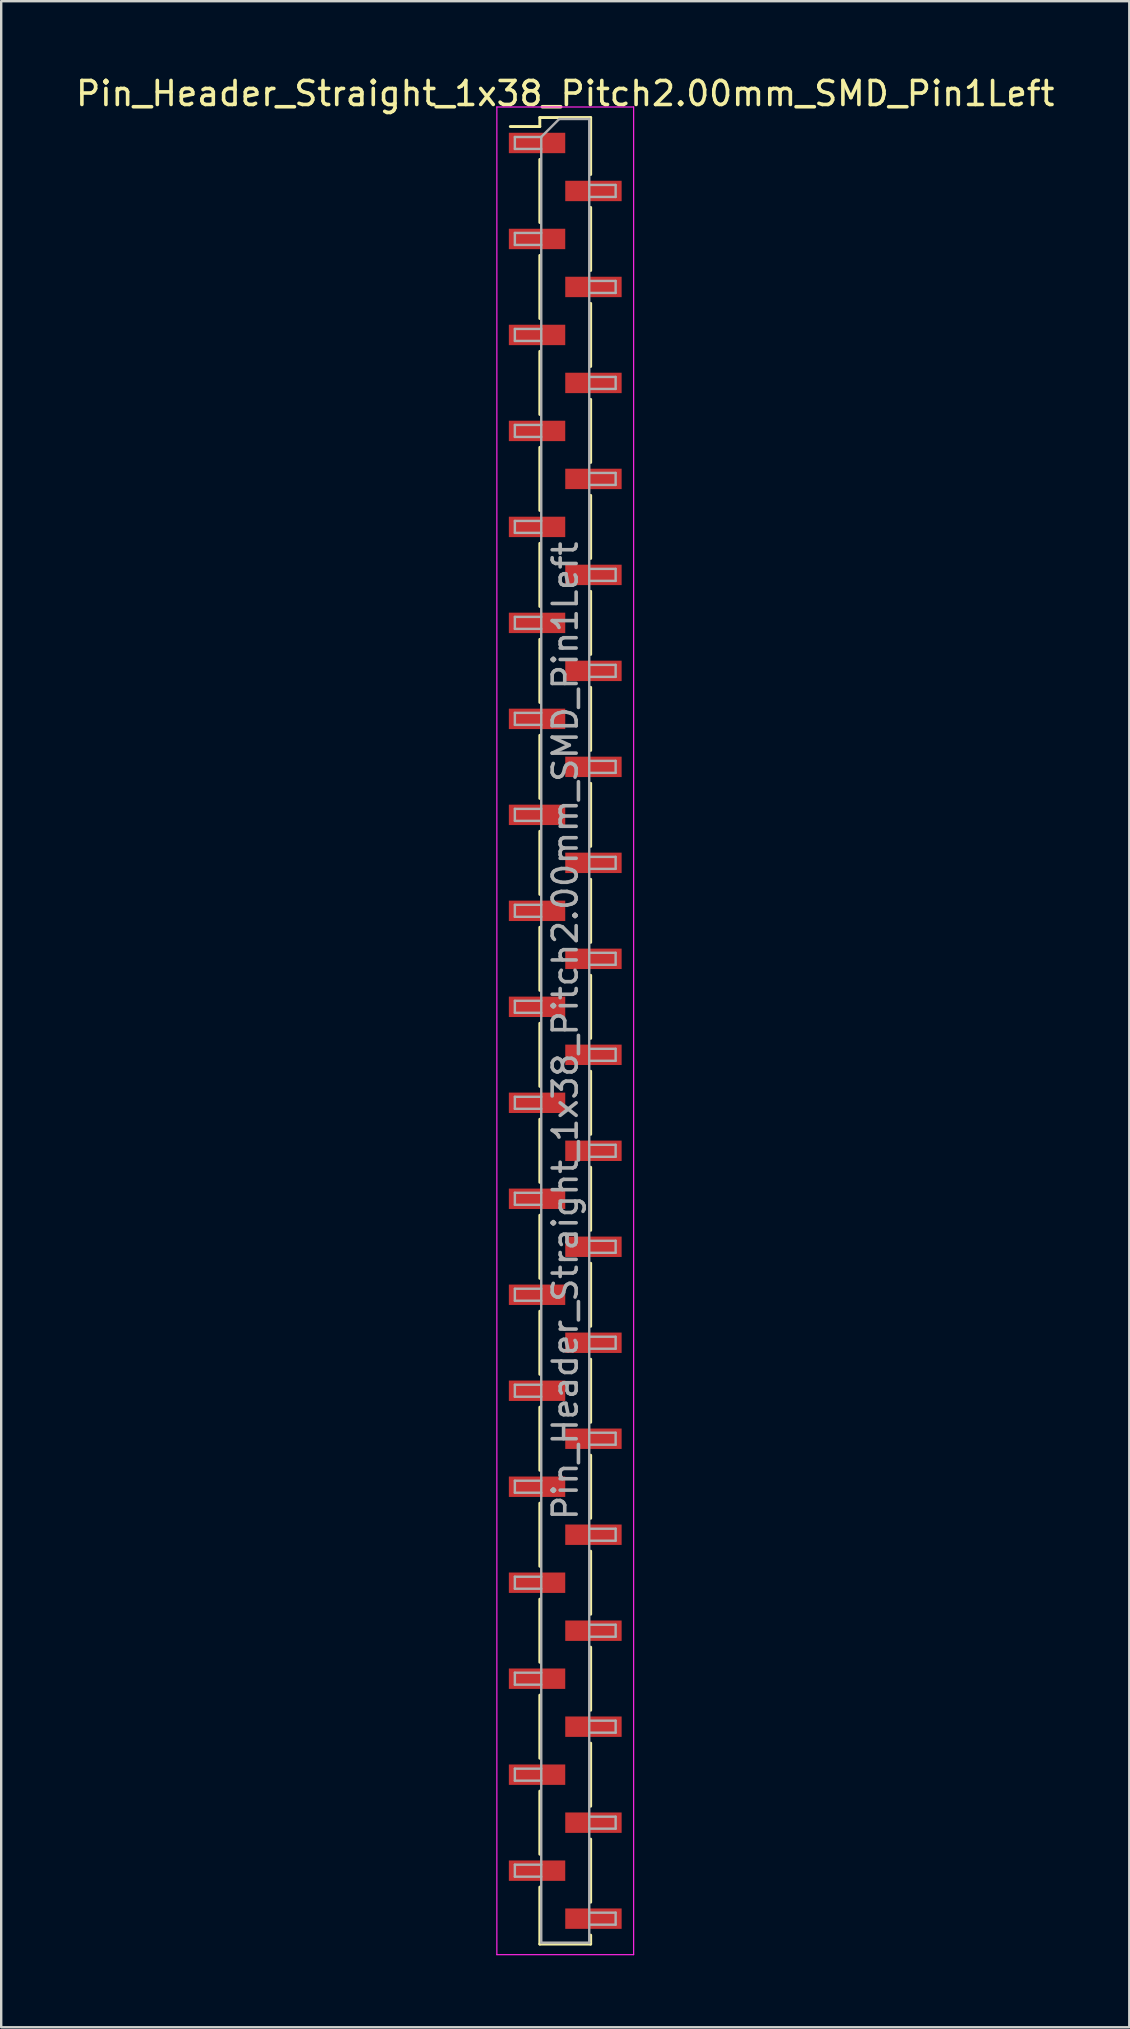
<source format=kicad_pcb>
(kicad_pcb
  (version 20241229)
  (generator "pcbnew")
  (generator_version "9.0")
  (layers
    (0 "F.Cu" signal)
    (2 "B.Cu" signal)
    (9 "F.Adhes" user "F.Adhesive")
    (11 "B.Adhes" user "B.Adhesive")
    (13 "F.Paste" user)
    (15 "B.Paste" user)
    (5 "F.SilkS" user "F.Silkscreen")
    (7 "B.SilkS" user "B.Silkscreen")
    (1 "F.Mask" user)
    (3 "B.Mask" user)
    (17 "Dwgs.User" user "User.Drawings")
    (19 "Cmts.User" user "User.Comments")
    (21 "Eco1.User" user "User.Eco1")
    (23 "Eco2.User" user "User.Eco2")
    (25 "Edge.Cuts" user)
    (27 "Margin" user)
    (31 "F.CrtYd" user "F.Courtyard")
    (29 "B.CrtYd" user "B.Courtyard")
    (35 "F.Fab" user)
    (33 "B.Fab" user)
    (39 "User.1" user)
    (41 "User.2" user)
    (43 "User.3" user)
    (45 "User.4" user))
  (footprint "Pin_Header_Straight_1x38_Pitch2.00mm_SMD_Pin1Left"
    (layer "F.Cu")
    (at 20.506 39.908)
    (property "Reference" "Pin_Header_Straight_1x38_Pitch2.00mm_SMD_Pin1Left" (at 0 -39.06 0) (layer "F.SilkS") (effects (font (size 1 1) (thickness 0.15))))
    (attr smd)
    (fp_line (start -1.06 -38.06) (end -1.06 -37.685) (stroke (width 0.12) (type solid)) (layer "F.SilkS"))
    (fp_line (start -1.06 -38.06) (end 1.06 -38.06) (stroke (width 0.12) (type solid)) (layer "F.SilkS"))
    (fp_line (start -1.06 -37.685) (end -2.29 -37.685) (stroke (width 0.12) (type solid)) (layer "F.SilkS"))
    (fp_line (start -1.06 -36.315) (end -1.06 -33.685) (stroke (width 0.12) (type solid)) (layer "F.SilkS"))
    (fp_line (start -1.06 -32.315) (end -1.06 -29.685) (stroke (width 0.12) (type solid)) (layer "F.SilkS"))
    (fp_line (start -1.06 -28.315) (end -1.06 -25.685) (stroke (width 0.12) (type solid)) (layer "F.SilkS"))
    (fp_line (start -1.06 -24.315) (end -1.06 -21.685) (stroke (width 0.12) (type solid)) (layer "F.SilkS"))
    (fp_line (start -1.06 -20.315) (end -1.06 -17.685) (stroke (width 0.12) (type solid)) (layer "F.SilkS"))
    (fp_line (start -1.06 -16.315) (end -1.06 -13.685) (stroke (width 0.12) (type solid)) (layer "F.SilkS"))
    (fp_line (start -1.06 -12.315) (end -1.06 -9.685) (stroke (width 0.12) (type solid)) (layer "F.SilkS"))
    (fp_line (start -1.06 -8.315) (end -1.06 -5.685) (stroke (width 0.12) (type solid)) (layer "F.SilkS"))
    (fp_line (start -1.06 -4.315) (end -1.06 -1.685) (stroke (width 0.12) (type solid)) (layer "F.SilkS"))
    (fp_line (start -1.06 -0.315) (end -1.06 2.315) (stroke (width 0.12) (type solid)) (layer "F.SilkS"))
    (fp_line (start -1.06 3.685) (end -1.06 6.315) (stroke (width 0.12) (type solid)) (layer "F.SilkS"))
    (fp_line (start -1.06 7.685) (end -1.06 10.315) (stroke (width 0.12) (type solid)) (layer "F.SilkS"))
    (fp_line (start -1.06 11.685) (end -1.06 14.315) (stroke (width 0.12) (type solid)) (layer "F.SilkS"))
    (fp_line (start -1.06 15.685) (end -1.06 18.315) (stroke (width 0.12) (type solid)) (layer "F.SilkS"))
    (fp_line (start -1.06 19.685) (end -1.06 22.315) (stroke (width 0.12) (type solid)) (layer "F.SilkS"))
    (fp_line (start -1.06 23.685) (end -1.06 26.315) (stroke (width 0.12) (type solid)) (layer "F.SilkS"))
    (fp_line (start -1.06 27.685) (end -1.06 30.315) (stroke (width 0.12) (type solid)) (layer "F.SilkS"))
    (fp_line (start -1.06 31.685) (end -1.06 34.315) (stroke (width 0.12) (type solid)) (layer "F.SilkS"))
    (fp_line (start -1.06 35.685) (end -1.06 38.06) (stroke (width 0.12) (type solid)) (layer "F.SilkS"))
    (fp_line (start -1.06 38.06) (end 1.06 38.06) (stroke (width 0.12) (type solid)) (layer "F.SilkS"))
    (fp_line (start 1.06 -38.06) (end 1.06 -35.685) (stroke (width 0.12) (type solid)) (layer "F.SilkS"))
    (fp_line (start 1.06 -34.315) (end 1.06 -31.685) (stroke (width 0.12) (type solid)) (layer "F.SilkS"))
    (fp_line (start 1.06 -30.315) (end 1.06 -27.685) (stroke (width 0.12) (type solid)) (layer "F.SilkS"))
    (fp_line (start 1.06 -26.315) (end 1.06 -23.685) (stroke (width 0.12) (type solid)) (layer "F.SilkS"))
    (fp_line (start 1.06 -22.315) (end 1.06 -19.685) (stroke (width 0.12) (type solid)) (layer "F.SilkS"))
    (fp_line (start 1.06 -18.315) (end 1.06 -15.685) (stroke (width 0.12) (type solid)) (layer "F.SilkS"))
    (fp_line (start 1.06 -14.315) (end 1.06 -11.685) (stroke (width 0.12) (type solid)) (layer "F.SilkS"))
    (fp_line (start 1.06 -10.315) (end 1.06 -7.685) (stroke (width 0.12) (type solid)) (layer "F.SilkS"))
    (fp_line (start 1.06 -6.315) (end 1.06 -3.685) (stroke (width 0.12) (type solid)) (layer "F.SilkS"))
    (fp_line (start 1.06 -2.315) (end 1.06 0.315) (stroke (width 0.12) (type solid)) (layer "F.SilkS"))
    (fp_line (start 1.06 1.685) (end 1.06 4.315) (stroke (width 0.12) (type solid)) (layer "F.SilkS"))
    (fp_line (start 1.06 5.685) (end 1.06 8.315) (stroke (width 0.12) (type solid)) (layer "F.SilkS"))
    (fp_line (start 1.06 9.685) (end 1.06 12.315) (stroke (width 0.12) (type solid)) (layer "F.SilkS"))
    (fp_line (start 1.06 13.685) (end 1.06 16.315) (stroke (width 0.12) (type solid)) (layer "F.SilkS"))
    (fp_line (start 1.06 17.685) (end 1.06 20.315) (stroke (width 0.12) (type solid)) (layer "F.SilkS"))
    (fp_line (start 1.06 21.685) (end 1.06 24.315) (stroke (width 0.12) (type solid)) (layer "F.SilkS"))
    (fp_line (start 1.06 25.685) (end 1.06 28.315) (stroke (width 0.12) (type solid)) (layer "F.SilkS"))
    (fp_line (start 1.06 29.685) (end 1.06 32.315) (stroke (width 0.12) (type solid)) (layer "F.SilkS"))
    (fp_line (start 1.06 33.685) (end 1.06 36.315) (stroke (width 0.12) (type solid)) (layer "F.SilkS"))
    (fp_line (start 1.06 37.685) (end 1.06 38.06) (stroke (width 0.12) (type solid)) (layer "F.SilkS"))
    (fp_line (start -2.85 -38.5) (end -2.85 38.5) (stroke (width 0.05) (type solid)) (layer "F.CrtYd"))
    (fp_line (start -2.85 38.5) (end 2.85 38.5) (stroke (width 0.05) (type solid)) (layer "F.CrtYd"))
    (fp_line (start 2.85 -38.5) (end -2.85 -38.5) (stroke (width 0.05) (type solid)) (layer "F.CrtYd"))
    (fp_line (start 2.85 38.5) (end 2.85 -38.5) (stroke (width 0.05) (type solid)) (layer "F.CrtYd"))
    (fp_line (start -2.1 -37.25) (end -2.1 -36.75) (stroke (width 0.1) (type solid)) (layer "F.Fab"))
    (fp_line (start -2.1 -36.75) (end -1 -36.75) (stroke (width 0.1) (type solid)) (layer "F.Fab"))
    (fp_line (start -2.1 -33.25) (end -2.1 -32.75) (stroke (width 0.1) (type solid)) (layer "F.Fab"))
    (fp_line (start -2.1 -32.75) (end -1 -32.75) (stroke (width 0.1) (type solid)) (layer "F.Fab"))
    (fp_line (start -2.1 -29.25) (end -2.1 -28.75) (stroke (width 0.1) (type solid)) (layer "F.Fab"))
    (fp_line (start -2.1 -28.75) (end -1 -28.75) (stroke (width 0.1) (type solid)) (layer "F.Fab"))
    (fp_line (start -2.1 -25.25) (end -2.1 -24.75) (stroke (width 0.1) (type solid)) (layer "F.Fab"))
    (fp_line (start -2.1 -24.75) (end -1 -24.75) (stroke (width 0.1) (type solid)) (layer "F.Fab"))
    (fp_line (start -2.1 -21.25) (end -2.1 -20.75) (stroke (width 0.1) (type solid)) (layer "F.Fab"))
    (fp_line (start -2.1 -20.75) (end -1 -20.75) (stroke (width 0.1) (type solid)) (layer "F.Fab"))
    (fp_line (start -2.1 -17.25) (end -2.1 -16.75) (stroke (width 0.1) (type solid)) (layer "F.Fab"))
    (fp_line (start -2.1 -16.75) (end -1 -16.75) (stroke (width 0.1) (type solid)) (layer "F.Fab"))
    (fp_line (start -2.1 -13.25) (end -2.1 -12.75) (stroke (width 0.1) (type solid)) (layer "F.Fab"))
    (fp_line (start -2.1 -12.75) (end -1 -12.75) (stroke (width 0.1) (type solid)) (layer "F.Fab"))
    (fp_line (start -2.1 -9.25) (end -2.1 -8.75) (stroke (width 0.1) (type solid)) (layer "F.Fab"))
    (fp_line (start -2.1 -8.75) (end -1 -8.75) (stroke (width 0.1) (type solid)) (layer "F.Fab"))
    (fp_line (start -2.1 -5.25) (end -2.1 -4.75) (stroke (width 0.1) (type solid)) (layer "F.Fab"))
    (fp_line (start -2.1 -4.75) (end -1 -4.75) (stroke (width 0.1) (type solid)) (layer "F.Fab"))
    (fp_line (start -2.1 -1.25) (end -2.1 -0.75) (stroke (width 0.1) (type solid)) (layer "F.Fab"))
    (fp_line (start -2.1 -0.75) (end -1 -0.75) (stroke (width 0.1) (type solid)) (layer "F.Fab"))
    (fp_line (start -2.1 2.75) (end -2.1 3.25) (stroke (width 0.1) (type solid)) (layer "F.Fab"))
    (fp_line (start -2.1 3.25) (end -1 3.25) (stroke (width 0.1) (type solid)) (layer "F.Fab"))
    (fp_line (start -2.1 6.75) (end -2.1 7.25) (stroke (width 0.1) (type solid)) (layer "F.Fab"))
    (fp_line (start -2.1 7.25) (end -1 7.25) (stroke (width 0.1) (type solid)) (layer "F.Fab"))
    (fp_line (start -2.1 10.75) (end -2.1 11.25) (stroke (width 0.1) (type solid)) (layer "F.Fab"))
    (fp_line (start -2.1 11.25) (end -1 11.25) (stroke (width 0.1) (type solid)) (layer "F.Fab"))
    (fp_line (start -2.1 14.75) (end -2.1 15.25) (stroke (width 0.1) (type solid)) (layer "F.Fab"))
    (fp_line (start -2.1 15.25) (end -1 15.25) (stroke (width 0.1) (type solid)) (layer "F.Fab"))
    (fp_line (start -2.1 18.75) (end -2.1 19.25) (stroke (width 0.1) (type solid)) (layer "F.Fab"))
    (fp_line (start -2.1 19.25) (end -1 19.25) (stroke (width 0.1) (type solid)) (layer "F.Fab"))
    (fp_line (start -2.1 22.75) (end -2.1 23.25) (stroke (width 0.1) (type solid)) (layer "F.Fab"))
    (fp_line (start -2.1 23.25) (end -1 23.25) (stroke (width 0.1) (type solid)) (layer "F.Fab"))
    (fp_line (start -2.1 26.75) (end -2.1 27.25) (stroke (width 0.1) (type solid)) (layer "F.Fab"))
    (fp_line (start -2.1 27.25) (end -1 27.25) (stroke (width 0.1) (type solid)) (layer "F.Fab"))
    (fp_line (start -2.1 30.75) (end -2.1 31.25) (stroke (width 0.1) (type solid)) (layer "F.Fab"))
    (fp_line (start -2.1 31.25) (end -1 31.25) (stroke (width 0.1) (type solid)) (layer "F.Fab"))
    (fp_line (start -2.1 34.75) (end -2.1 35.25) (stroke (width 0.1) (type solid)) (layer "F.Fab"))
    (fp_line (start -2.1 35.25) (end -1 35.25) (stroke (width 0.1) (type solid)) (layer "F.Fab"))
    (fp_line (start -1 -37.25) (end -2.1 -37.25) (stroke (width 0.1) (type solid)) (layer "F.Fab"))
    (fp_line (start -1 -37.25) (end -0.25 -38) (stroke (width 0.1) (type solid)) (layer "F.Fab"))
    (fp_line (start -1 -33.25) (end -2.1 -33.25) (stroke (width 0.1) (type solid)) (layer "F.Fab"))
    (fp_line (start -1 -29.25) (end -2.1 -29.25) (stroke (width 0.1) (type solid)) (layer "F.Fab"))
    (fp_line (start -1 -25.25) (end -2.1 -25.25) (stroke (width 0.1) (type solid)) (layer "F.Fab"))
    (fp_line (start -1 -21.25) (end -2.1 -21.25) (stroke (width 0.1) (type solid)) (layer "F.Fab"))
    (fp_line (start -1 -17.25) (end -2.1 -17.25) (stroke (width 0.1) (type solid)) (layer "F.Fab"))
    (fp_line (start -1 -13.25) (end -2.1 -13.25) (stroke (width 0.1) (type solid)) (layer "F.Fab"))
    (fp_line (start -1 -9.25) (end -2.1 -9.25) (stroke (width 0.1) (type solid)) (layer "F.Fab"))
    (fp_line (start -1 -5.25) (end -2.1 -5.25) (stroke (width 0.1) (type solid)) (layer "F.Fab"))
    (fp_line (start -1 -1.25) (end -2.1 -1.25) (stroke (width 0.1) (type solid)) (layer "F.Fab"))
    (fp_line (start -1 2.75) (end -2.1 2.75) (stroke (width 0.1) (type solid)) (layer "F.Fab"))
    (fp_line (start -1 6.75) (end -2.1 6.75) (stroke (width 0.1) (type solid)) (layer "F.Fab"))
    (fp_line (start -1 10.75) (end -2.1 10.75) (stroke (width 0.1) (type solid)) (layer "F.Fab"))
    (fp_line (start -1 14.75) (end -2.1 14.75) (stroke (width 0.1) (type solid)) (layer "F.Fab"))
    (fp_line (start -1 18.75) (end -2.1 18.75) (stroke (width 0.1) (type solid)) (layer "F.Fab"))
    (fp_line (start -1 22.75) (end -2.1 22.75) (stroke (width 0.1) (type solid)) (layer "F.Fab"))
    (fp_line (start -1 26.75) (end -2.1 26.75) (stroke (width 0.1) (type solid)) (layer "F.Fab"))
    (fp_line (start -1 30.75) (end -2.1 30.75) (stroke (width 0.1) (type solid)) (layer "F.Fab"))
    (fp_line (start -1 34.75) (end -2.1 34.75) (stroke (width 0.1) (type solid)) (layer "F.Fab"))
    (fp_line (start -1 38) (end -1 -37.25) (stroke (width 0.1) (type solid)) (layer "F.Fab"))
    (fp_line (start -0.25 -38) (end 1 -38) (stroke (width 0.1) (type solid)) (layer "F.Fab"))
    (fp_line (start 1 -38) (end 1 38) (stroke (width 0.1) (type solid)) (layer "F.Fab"))
    (fp_line (start 1 -35.25) (end 2.1 -35.25) (stroke (width 0.1) (type solid)) (layer "F.Fab"))
    (fp_line (start 1 -31.25) (end 2.1 -31.25) (stroke (width 0.1) (type solid)) (layer "F.Fab"))
    (fp_line (start 1 -27.25) (end 2.1 -27.25) (stroke (width 0.1) (type solid)) (layer "F.Fab"))
    (fp_line (start 1 -23.25) (end 2.1 -23.25) (stroke (width 0.1) (type solid)) (layer "F.Fab"))
    (fp_line (start 1 -19.25) (end 2.1 -19.25) (stroke (width 0.1) (type solid)) (layer "F.Fab"))
    (fp_line (start 1 -15.25) (end 2.1 -15.25) (stroke (width 0.1) (type solid)) (layer "F.Fab"))
    (fp_line (start 1 -11.25) (end 2.1 -11.25) (stroke (width 0.1) (type solid)) (layer "F.Fab"))
    (fp_line (start 1 -7.25) (end 2.1 -7.25) (stroke (width 0.1) (type solid)) (layer "F.Fab"))
    (fp_line (start 1 -3.25) (end 2.1 -3.25) (stroke (width 0.1) (type solid)) (layer "F.Fab"))
    (fp_line (start 1 0.75) (end 2.1 0.75) (stroke (width 0.1) (type solid)) (layer "F.Fab"))
    (fp_line (start 1 4.75) (end 2.1 4.75) (stroke (width 0.1) (type solid)) (layer "F.Fab"))
    (fp_line (start 1 8.75) (end 2.1 8.75) (stroke (width 0.1) (type solid)) (layer "F.Fab"))
    (fp_line (start 1 12.75) (end 2.1 12.75) (stroke (width 0.1) (type solid)) (layer "F.Fab"))
    (fp_line (start 1 16.75) (end 2.1 16.75) (stroke (width 0.1) (type solid)) (layer "F.Fab"))
    (fp_line (start 1 20.75) (end 2.1 20.75) (stroke (width 0.1) (type solid)) (layer "F.Fab"))
    (fp_line (start 1 24.75) (end 2.1 24.75) (stroke (width 0.1) (type solid)) (layer "F.Fab"))
    (fp_line (start 1 28.75) (end 2.1 28.75) (stroke (width 0.1) (type solid)) (layer "F.Fab"))
    (fp_line (start 1 32.75) (end 2.1 32.75) (stroke (width 0.1) (type solid)) (layer "F.Fab"))
    (fp_line (start 1 36.75) (end 2.1 36.75) (stroke (width 0.1) (type solid)) (layer "F.Fab"))
    (fp_line (start 1 38) (end -1 38) (stroke (width 0.1) (type solid)) (layer "F.Fab"))
    (fp_line (start 2.1 -35.25) (end 2.1 -34.75) (stroke (width 0.1) (type solid)) (layer "F.Fab"))
    (fp_line (start 2.1 -34.75) (end 1 -34.75) (stroke (width 0.1) (type solid)) (layer "F.Fab"))
    (fp_line (start 2.1 -31.25) (end 2.1 -30.75) (stroke (width 0.1) (type solid)) (layer "F.Fab"))
    (fp_line (start 2.1 -30.75) (end 1 -30.75) (stroke (width 0.1) (type solid)) (layer "F.Fab"))
    (fp_line (start 2.1 -27.25) (end 2.1 -26.75) (stroke (width 0.1) (type solid)) (layer "F.Fab"))
    (fp_line (start 2.1 -26.75) (end 1 -26.75) (stroke (width 0.1) (type solid)) (layer "F.Fab"))
    (fp_line (start 2.1 -23.25) (end 2.1 -22.75) (stroke (width 0.1) (type solid)) (layer "F.Fab"))
    (fp_line (start 2.1 -22.75) (end 1 -22.75) (stroke (width 0.1) (type solid)) (layer "F.Fab"))
    (fp_line (start 2.1 -19.25) (end 2.1 -18.75) (stroke (width 0.1) (type solid)) (layer "F.Fab"))
    (fp_line (start 2.1 -18.75) (end 1 -18.75) (stroke (width 0.1) (type solid)) (layer "F.Fab"))
    (fp_line (start 2.1 -15.25) (end 2.1 -14.75) (stroke (width 0.1) (type solid)) (layer "F.Fab"))
    (fp_line (start 2.1 -14.75) (end 1 -14.75) (stroke (width 0.1) (type solid)) (layer "F.Fab"))
    (fp_line (start 2.1 -11.25) (end 2.1 -10.75) (stroke (width 0.1) (type solid)) (layer "F.Fab"))
    (fp_line (start 2.1 -10.75) (end 1 -10.75) (stroke (width 0.1) (type solid)) (layer "F.Fab"))
    (fp_line (start 2.1 -7.25) (end 2.1 -6.75) (stroke (width 0.1) (type solid)) (layer "F.Fab"))
    (fp_line (start 2.1 -6.75) (end 1 -6.75) (stroke (width 0.1) (type solid)) (layer "F.Fab"))
    (fp_line (start 2.1 -3.25) (end 2.1 -2.75) (stroke (width 0.1) (type solid)) (layer "F.Fab"))
    (fp_line (start 2.1 -2.75) (end 1 -2.75) (stroke (width 0.1) (type solid)) (layer "F.Fab"))
    (fp_line (start 2.1 0.75) (end 2.1 1.25) (stroke (width 0.1) (type solid)) (layer "F.Fab"))
    (fp_line (start 2.1 1.25) (end 1 1.25) (stroke (width 0.1) (type solid)) (layer "F.Fab"))
    (fp_line (start 2.1 4.75) (end 2.1 5.25) (stroke (width 0.1) (type solid)) (layer "F.Fab"))
    (fp_line (start 2.1 5.25) (end 1 5.25) (stroke (width 0.1) (type solid)) (layer "F.Fab"))
    (fp_line (start 2.1 8.75) (end 2.1 9.25) (stroke (width 0.1) (type solid)) (layer "F.Fab"))
    (fp_line (start 2.1 9.25) (end 1 9.25) (stroke (width 0.1) (type solid)) (layer "F.Fab"))
    (fp_line (start 2.1 12.75) (end 2.1 13.25) (stroke (width 0.1) (type solid)) (layer "F.Fab"))
    (fp_line (start 2.1 13.25) (end 1 13.25) (stroke (width 0.1) (type solid)) (layer "F.Fab"))
    (fp_line (start 2.1 16.75) (end 2.1 17.25) (stroke (width 0.1) (type solid)) (layer "F.Fab"))
    (fp_line (start 2.1 17.25) (end 1 17.25) (stroke (width 0.1) (type solid)) (layer "F.Fab"))
    (fp_line (start 2.1 20.75) (end 2.1 21.25) (stroke (width 0.1) (type solid)) (layer "F.Fab"))
    (fp_line (start 2.1 21.25) (end 1 21.25) (stroke (width 0.1) (type solid)) (layer "F.Fab"))
    (fp_line (start 2.1 24.75) (end 2.1 25.25) (stroke (width 0.1) (type solid)) (layer "F.Fab"))
    (fp_line (start 2.1 25.25) (end 1 25.25) (stroke (width 0.1) (type solid)) (layer "F.Fab"))
    (fp_line (start 2.1 28.75) (end 2.1 29.25) (stroke (width 0.1) (type solid)) (layer "F.Fab"))
    (fp_line (start 2.1 29.25) (end 1 29.25) (stroke (width 0.1) (type solid)) (layer "F.Fab"))
    (fp_line (start 2.1 32.75) (end 2.1 33.25) (stroke (width 0.1) (type solid)) (layer "F.Fab"))
    (fp_line (start 2.1 33.25) (end 1 33.25) (stroke (width 0.1) (type solid)) (layer "F.Fab"))
    (fp_line (start 2.1 36.75) (end 2.1 37.25) (stroke (width 0.1) (type solid)) (layer "F.Fab"))
    (fp_line (start 2.1 37.25) (end 1 37.25) (stroke (width 0.1) (type solid)) (layer "F.Fab"))
    (fp_text user "${REFERENCE}" (at 0 0 90) (layer "F.Fab") (effects (font (size 1 1) (thickness 0.15))))
    (pad "1" smd rect (at -1.175 -37) (size 2.35 0.85) (layers "F.Cu" "F.Mask" "F.Paste"))
    (pad "2" smd rect (at 1.175 -35) (size 2.35 0.85) (layers "F.Cu" "F.Mask" "F.Paste"))
    (pad "3" smd rect (at -1.175 -33) (size 2.35 0.85) (layers "F.Cu" "F.Mask" "F.Paste"))
    (pad "4" smd rect (at 1.175 -31) (size 2.35 0.85) (layers "F.Cu" "F.Mask" "F.Paste"))
    (pad "5" smd rect (at -1.175 -29) (size 2.35 0.85) (layers "F.Cu" "F.Mask" "F.Paste"))
    (pad "6" smd rect (at 1.175 -27) (size 2.35 0.85) (layers "F.Cu" "F.Mask" "F.Paste"))
    (pad "7" smd rect (at -1.175 -25) (size 2.35 0.85) (layers "F.Cu" "F.Mask" "F.Paste"))
    (pad "8" smd rect (at 1.175 -23) (size 2.35 0.85) (layers "F.Cu" "F.Mask" "F.Paste"))
    (pad "9" smd rect (at -1.175 -21) (size 2.35 0.85) (layers "F.Cu" "F.Mask" "F.Paste"))
    (pad "10" smd rect (at 1.175 -19) (size 2.35 0.85) (layers "F.Cu" "F.Mask" "F.Paste"))
    (pad "11" smd rect (at -1.175 -17) (size 2.35 0.85) (layers "F.Cu" "F.Mask" "F.Paste"))
    (pad "12" smd rect (at 1.175 -15) (size 2.35 0.85) (layers "F.Cu" "F.Mask" "F.Paste"))
    (pad "13" smd rect (at -1.175 -13) (size 2.35 0.85) (layers "F.Cu" "F.Mask" "F.Paste"))
    (pad "14" smd rect (at 1.175 -11) (size 2.35 0.85) (layers "F.Cu" "F.Mask" "F.Paste"))
    (pad "15" smd rect (at -1.175 -9) (size 2.35 0.85) (layers "F.Cu" "F.Mask" "F.Paste"))
    (pad "16" smd rect (at 1.175 -7) (size 2.35 0.85) (layers "F.Cu" "F.Mask" "F.Paste"))
    (pad "17" smd rect (at -1.175 -5) (size 2.35 0.85) (layers "F.Cu" "F.Mask" "F.Paste"))
    (pad "18" smd rect (at 1.175 -3) (size 2.35 0.85) (layers "F.Cu" "F.Mask" "F.Paste"))
    (pad "19" smd rect (at -1.175 -1) (size 2.35 0.85) (layers "F.Cu" "F.Mask" "F.Paste"))
    (pad "20" smd rect (at 1.175 1) (size 2.35 0.85) (layers "F.Cu" "F.Mask" "F.Paste"))
    (pad "21" smd rect (at -1.175 3) (size 2.35 0.85) (layers "F.Cu" "F.Mask" "F.Paste"))
    (pad "22" smd rect (at 1.175 5) (size 2.35 0.85) (layers "F.Cu" "F.Mask" "F.Paste"))
    (pad "23" smd rect (at -1.175 7) (size 2.35 0.85) (layers "F.Cu" "F.Mask" "F.Paste"))
    (pad "24" smd rect (at 1.175 9) (size 2.35 0.85) (layers "F.Cu" "F.Mask" "F.Paste"))
    (pad "25" smd rect (at -1.175 11) (size 2.35 0.85) (layers "F.Cu" "F.Mask" "F.Paste"))
    (pad "26" smd rect (at 1.175 13) (size 2.35 0.85) (layers "F.Cu" "F.Mask" "F.Paste"))
    (pad "27" smd rect (at -1.175 15) (size 2.35 0.85) (layers "F.Cu" "F.Mask" "F.Paste"))
    (pad "28" smd rect (at 1.175 17) (size 2.35 0.85) (layers "F.Cu" "F.Mask" "F.Paste"))
    (pad "29" smd rect (at -1.175 19) (size 2.35 0.85) (layers "F.Cu" "F.Mask" "F.Paste"))
    (pad "30" smd rect (at 1.175 21) (size 2.35 0.85) (layers "F.Cu" "F.Mask" "F.Paste"))
    (pad "31" smd rect (at -1.175 23) (size 2.35 0.85) (layers "F.Cu" "F.Mask" "F.Paste"))
    (pad "32" smd rect (at 1.175 25) (size 2.35 0.85) (layers "F.Cu" "F.Mask" "F.Paste"))
    (pad "33" smd rect (at -1.175 27) (size 2.35 0.85) (layers "F.Cu" "F.Mask" "F.Paste"))
    (pad "34" smd rect (at 1.175 29) (size 2.35 0.85) (layers "F.Cu" "F.Mask" "F.Paste"))
    (pad "35" smd rect (at -1.175 31) (size 2.35 0.85) (layers "F.Cu" "F.Mask" "F.Paste"))
    (pad "36" smd rect (at 1.175 33) (size 2.35 0.85) (layers "F.Cu" "F.Mask" "F.Paste"))
    (pad "37" smd rect (at -1.175 35) (size 2.35 0.85) (layers "F.Cu" "F.Mask" "F.Paste"))
    (pad "38" smd rect (at 1.175 37) (size 2.35 0.85) (layers "F.Cu" "F.Mask" "F.Paste")))
  (gr_rect
    (start -3 -3)
    (end 44.012 81.433)
    (stroke (width 0.1) (type default))
    (fill no)
    (layer "Edge.Cuts")))
</source>
